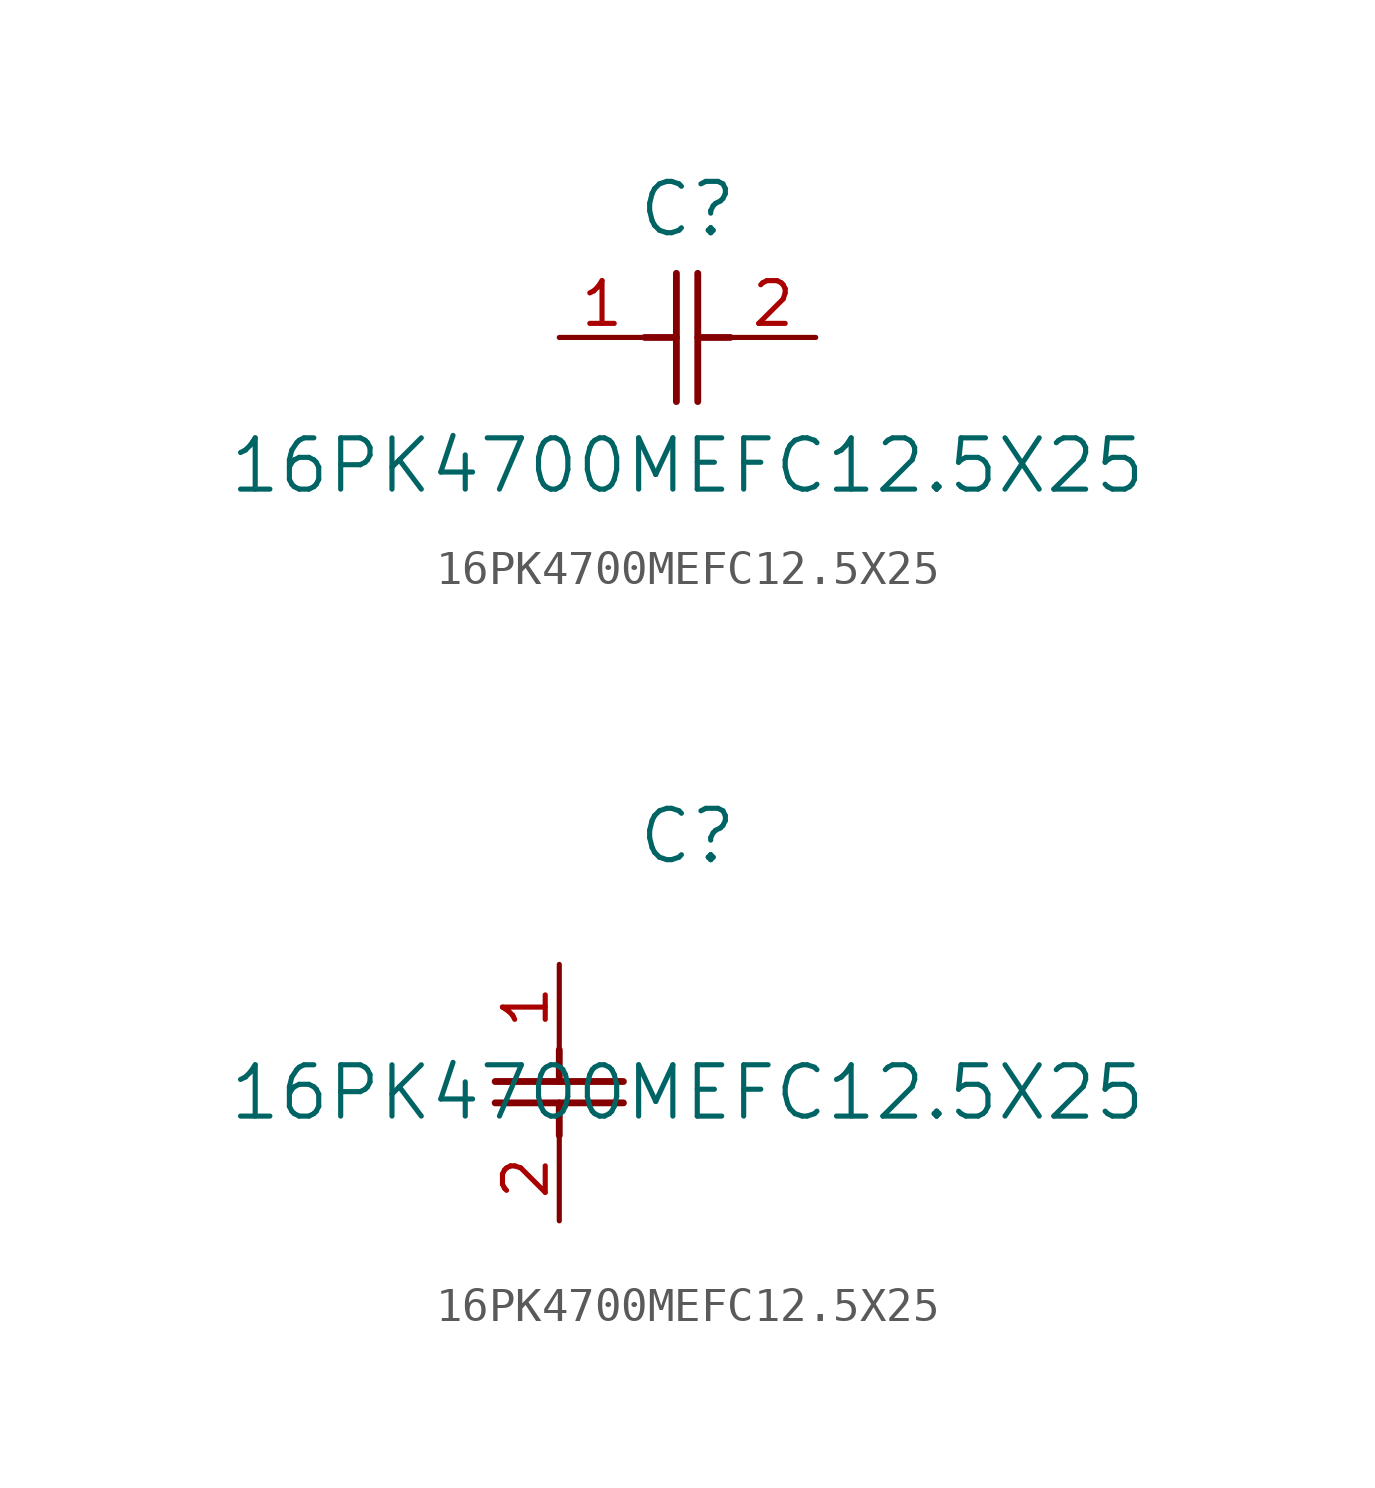
<source format=kicad_sym>
(kicad_symbol_lib
  (version 20211014)
  (generator kicad_symbol_editor)
  (symbol "16PK4700MEFC12.5X25"
    (pin_names
      (offset 0.254))
    (property "Reference" "C"
      (at 3.81 3.81 0)
      (effects (font (size 1.524 1.524))))
    (property "Value" "16PK4700MEFC12.5X25"
      (at 3.81 -3.81 0)
      (effects (font (size 1.524 1.524))))
    (symbol "16PK4700MEFC12.5X25_1_1"
      (polyline (pts (xy 3.48 -1.905) (xy 3.48 1.905)) (stroke (width 0.203) (type default) (color 0 0 0 0)) (fill (type none)))
      (polyline (pts (xy 4.115 -1.905) (xy 4.115 1.905)) (stroke (width 0.203) (type default) (color 0 0 0 0)) (fill (type none)))
      (polyline (pts (xy 4.115 0) (xy 5.08 0)) (stroke (width 0.203) (type default) (color 0 0 0 0)) (fill (type none)))
      (polyline (pts (xy 2.54 0) (xy 3.48 0)) (stroke (width 0.203) (type default) (color 0 0 0 0)) (fill (type none)))
      (pin unspecified line (at 0 0 0) (length 2.54) (name "" (effects (font (size 1.27 1.27)))) (number "1" (effects (font (size 1.27 1.27)))))
      (pin unspecified line (at 7.62 0 180) (length 2.54) (name "" (effects (font (size 1.27 1.27)))) (number "2" (effects (font (size 1.27 1.27))))))
    (symbol "16PK4700MEFC12.5X25_1_2"
      (polyline (pts (xy -1.905 -3.48) (xy 1.905 -3.48)) (stroke (width 0.203) (type default) (color 0 0 0 0)) (fill (type none)))
      (polyline (pts (xy -1.905 -4.115) (xy 1.905 -4.115)) (stroke (width 0.203) (type default) (color 0 0 0 0)) (fill (type none)))
      (polyline (pts (xy 0 -4.115) (xy 0 -5.08)) (stroke (width 0.203) (type default) (color 0 0 0 0)) (fill (type none)))
      (polyline (pts (xy 0 -2.54) (xy 0 -3.48)) (stroke (width 0.203) (type default) (color 0 0 0 0)) (fill (type none)))
      (pin unspecified line (at 0 0 270) (length 2.54) (name "" (effects (font (size 1.27 1.27)))) (number "1" (effects (font (size 1.27 1.27)))))
      (pin unspecified line (at 0 -7.62 90) (length 2.54) (name "" (effects (font (size 1.27 1.27)))) (number "2" (effects (font (size 1.27 1.27))))))))
</source>
